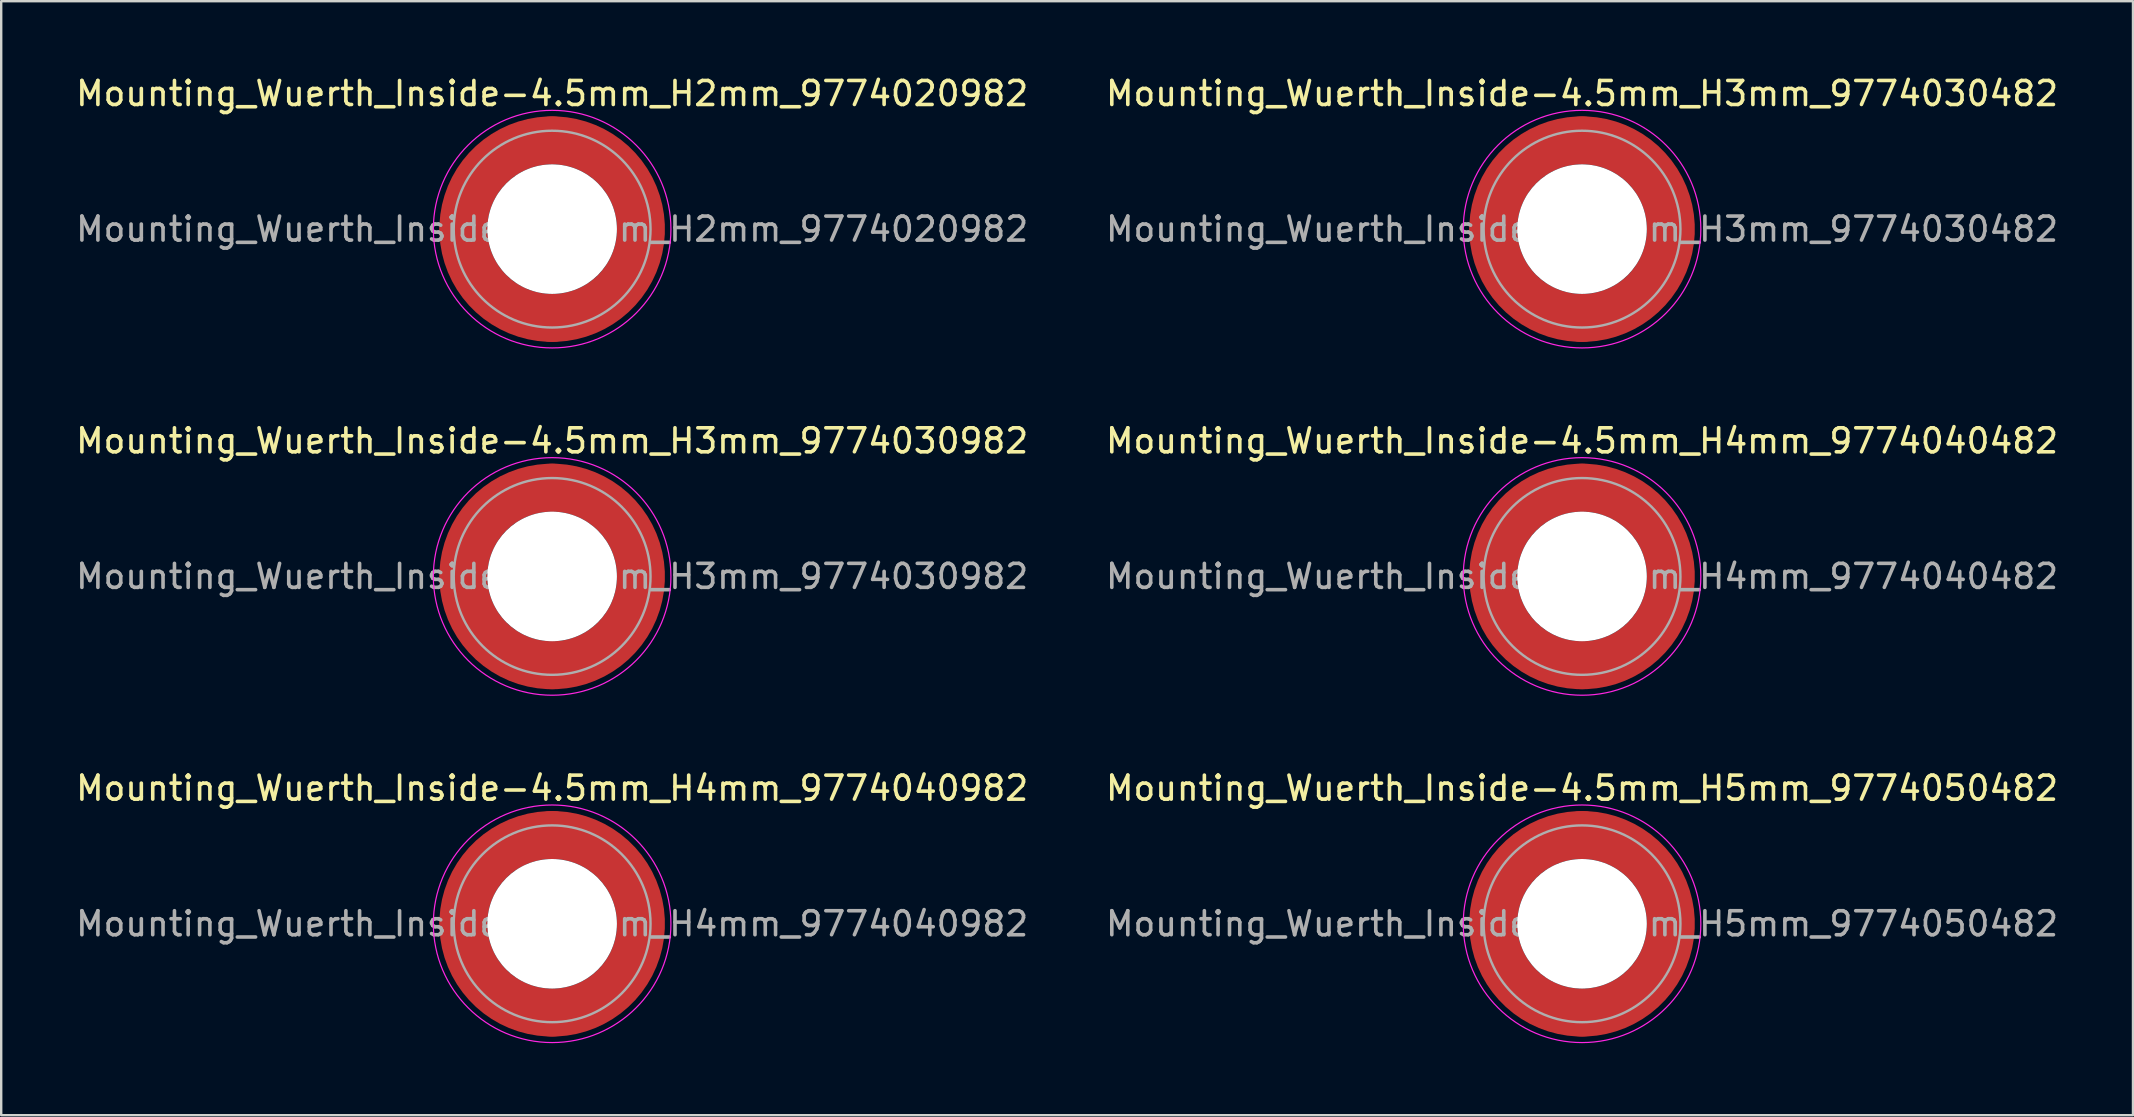
<source format=kicad_pcb>
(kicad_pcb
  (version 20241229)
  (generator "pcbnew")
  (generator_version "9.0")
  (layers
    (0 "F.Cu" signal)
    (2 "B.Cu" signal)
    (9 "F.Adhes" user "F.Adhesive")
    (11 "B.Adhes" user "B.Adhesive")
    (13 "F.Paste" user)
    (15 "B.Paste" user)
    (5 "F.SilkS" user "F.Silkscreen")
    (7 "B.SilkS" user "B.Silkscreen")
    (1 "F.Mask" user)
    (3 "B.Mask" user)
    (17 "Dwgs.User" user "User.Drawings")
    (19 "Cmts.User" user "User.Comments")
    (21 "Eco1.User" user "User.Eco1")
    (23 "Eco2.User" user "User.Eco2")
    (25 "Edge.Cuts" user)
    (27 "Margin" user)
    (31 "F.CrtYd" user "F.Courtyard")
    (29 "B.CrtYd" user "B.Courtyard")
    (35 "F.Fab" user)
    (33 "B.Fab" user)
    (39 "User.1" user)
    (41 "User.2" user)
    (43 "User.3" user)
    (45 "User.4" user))
  (footprint "Mounting_Wuerth_Inside-4.5mm_H2mm_9774020982"
    (layer "F.Cu")
    (at 19.958 6.498)
    (property "Reference" "Mounting_Wuerth_Inside-4.5mm_H2mm_9774020982" (at 0 -5.65 0) (layer "F.SilkS") (effects (font (size 1 1) (thickness 0.15))))
    (attr smd)
    (fp_circle (center 0 0) (end 4.95 0) (stroke (width 0.05) (type solid)) (fill no) (layer "F.CrtYd"))
    (fp_circle (center 0 0) (end 4.1 0) (stroke (width 0.1) (type solid)) (fill no) (layer "F.Fab"))
    (fp_text user "${REFERENCE}" (at 0 0 0) (layer "F.Fab") (effects (font (size 1 1) (thickness 0.15))))
    (pad "" smd custom (at -2.607 -2.607) (size 1.895 1.895) (layers "F.Paste") (options (anchor circle)) (primitives (gr_arc (start -0.485237 1.733706) (mid 0.334992 0.334992) (end 1.733706 -0.485237) (width 0.9475)) (gr_arc (start -0.975031 1.733706) (mid 0 0) (end 1.733706 -0.975031) (width 0.9475)) (gr_arc (start -1.461028 1.733706) (mid -0.334992 -0.334992) (end 1.733706 -1.461028) (width 0.9475)) (gr_line (start 1.734 -0.485) (end 1.734 -1.461) (width 0.948)) (gr_line (start -0.485 1.734) (end -1.461 1.734) (width 0.948))))
    (pad "" smd custom (at -2.607 2.607) (size 1.895 1.895) (layers "F.Paste") (options (anchor circle)) (primitives (gr_arc (start 1.733706 0.485237) (mid 0.334992 -0.334992) (end -0.485237 -1.733706) (width 0.9475)) (gr_arc (start 1.733706 0.975031) (mid 0 0) (end -0.975031 -1.733706) (width 0.9475)) (gr_arc (start 1.733706 1.461028) (mid -0.334992 0.334992) (end -1.461028 -1.733706) (width 0.9475)) (gr_line (start -0.485 -1.734) (end -1.461 -1.734) (width 0.948)) (gr_line (start 1.734 0.485) (end 1.734 1.461) (width 0.948))))
    (pad "" np_thru_hole circle (at 0 0) (size 5.4 5.4) (drill 5.4) (layers "*.Cu" "*.Mask"))
    (pad "" smd custom (at 2.607 -2.607) (size 1.895 1.895) (layers "F.Paste") (options (anchor circle)) (primitives (gr_arc (start -1.733706 -0.485237) (mid -0.334992 0.334992) (end 0.485237 1.733706) (width 0.9475)) (gr_arc (start -1.733706 -0.975031) (mid 0 0) (end 0.975031 1.733706) (width 0.9475)) (gr_arc (start -1.733706 -1.461028) (mid 0.334992 -0.334992) (end 1.461028 1.733706) (width 0.9475)) (gr_line (start 0.485 1.734) (end 1.461 1.734) (width 0.948)) (gr_line (start -1.734 -0.485) (end -1.734 -1.461) (width 0.948))))
    (pad "" smd custom (at 2.607 2.607) (size 1.895 1.895) (layers "F.Paste") (options (anchor circle)) (primitives (gr_arc (start 0.485237 -1.733706) (mid -0.334992 -0.334992) (end -1.733706 0.485237) (width 0.9475)) (gr_arc (start 0.975031 -1.733706) (mid 0 0) (end -1.733706 0.975031) (width 0.9475)) (gr_arc (start 1.461028 -1.733706) (mid 0.334992 0.334992) (end -1.733706 1.461028) (width 0.9475)) (gr_line (start -1.734 0.485) (end -1.734 1.461) (width 0.948)) (gr_line (start 0.485 -1.734) (end 1.461 -1.734) (width 0.948))))
    (pad "1" smd circle (at -3.7 0) (size 2 2) (layers "F.Cu"))
    (pad "1" smd circle (at 0 -3.7) (size 2 2) (layers "F.Cu"))
    (pad "1" smd circle (at 0 3.7) (size 2 2) (layers "F.Cu"))
    (pad "1" smd custom (at 3.7 0) (size 2 2) (layers "F.Cu" "F.Mask") (options (anchor circle)) (primitives (gr_circle (center -3.7 0) (end 0 0) (width 2) (fill no)))))
  (footprint "Mounting_Wuerth_Inside-4.5mm_H4mm_9774040482"
    (layer "F.Cu")
    (at 62.875 20.971)
    (property "Reference" "Mounting_Wuerth_Inside-4.5mm_H4mm_9774040482" (at 0 -5.65 0) (layer "F.SilkS") (effects (font (size 1 1) (thickness 0.15))))
    (attr smd)
    (fp_circle (center 0 0) (end 4.95 0) (stroke (width 0.05) (type solid)) (fill no) (layer "F.CrtYd"))
    (fp_circle (center 0 0) (end 4.1 0) (stroke (width 0.1) (type solid)) (fill no) (layer "F.Fab"))
    (fp_text user "${REFERENCE}" (at 0 0 0) (layer "F.Fab") (effects (font (size 1 1) (thickness 0.15))))
    (pad "" smd custom (at -2.607 -2.607) (size 1.895 1.895) (layers "F.Paste") (options (anchor circle)) (primitives (gr_arc (start -0.485237 1.733706) (mid 0.334992 0.334992) (end 1.733706 -0.485237) (width 0.9475)) (gr_arc (start -0.975031 1.733706) (mid 0 0) (end 1.733706 -0.975031) (width 0.9475)) (gr_arc (start -1.461028 1.733706) (mid -0.334992 -0.334992) (end 1.733706 -1.461028) (width 0.9475)) (gr_line (start 1.734 -0.485) (end 1.734 -1.461) (width 0.948)) (gr_line (start -0.485 1.734) (end -1.461 1.734) (width 0.948))))
    (pad "" smd custom (at -2.607 2.607) (size 1.895 1.895) (layers "F.Paste") (options (anchor circle)) (primitives (gr_arc (start 1.733706 0.485237) (mid 0.334992 -0.334992) (end -0.485237 -1.733706) (width 0.9475)) (gr_arc (start 1.733706 0.975031) (mid 0 0) (end -0.975031 -1.733706) (width 0.9475)) (gr_arc (start 1.733706 1.461028) (mid -0.334992 0.334992) (end -1.461028 -1.733706) (width 0.9475)) (gr_line (start -0.485 -1.734) (end -1.461 -1.734) (width 0.948)) (gr_line (start 1.734 0.485) (end 1.734 1.461) (width 0.948))))
    (pad "" np_thru_hole circle (at 0 0) (size 5.4 5.4) (drill 5.4) (layers "*.Cu" "*.Mask"))
    (pad "" smd custom (at 2.607 -2.607) (size 1.895 1.895) (layers "F.Paste") (options (anchor circle)) (primitives (gr_arc (start -1.733706 -0.485237) (mid -0.334992 0.334992) (end 0.485237 1.733706) (width 0.9475)) (gr_arc (start -1.733706 -0.975031) (mid 0 0) (end 0.975031 1.733706) (width 0.9475)) (gr_arc (start -1.733706 -1.461028) (mid 0.334992 -0.334992) (end 1.461028 1.733706) (width 0.9475)) (gr_line (start 0.485 1.734) (end 1.461 1.734) (width 0.948)) (gr_line (start -1.734 -0.485) (end -1.734 -1.461) (width 0.948))))
    (pad "" smd custom (at 2.607 2.607) (size 1.895 1.895) (layers "F.Paste") (options (anchor circle)) (primitives (gr_arc (start 0.485237 -1.733706) (mid -0.334992 -0.334992) (end -1.733706 0.485237) (width 0.9475)) (gr_arc (start 0.975031 -1.733706) (mid 0 0) (end -1.733706 0.975031) (width 0.9475)) (gr_arc (start 1.461028 -1.733706) (mid 0.334992 0.334992) (end -1.733706 1.461028) (width 0.9475)) (gr_line (start -1.734 0.485) (end -1.734 1.461) (width 0.948)) (gr_line (start 0.485 -1.734) (end 1.461 -1.734) (width 0.948))))
    (pad "1" smd circle (at -3.7 0) (size 2 2) (layers "F.Cu"))
    (pad "1" smd circle (at 0 -3.7) (size 2 2) (layers "F.Cu"))
    (pad "1" smd circle (at 0 3.7) (size 2 2) (layers "F.Cu"))
    (pad "1" smd custom (at 3.7 0) (size 2 2) (layers "F.Cu" "F.Mask") (options (anchor circle)) (primitives (gr_circle (center -3.7 0) (end 0 0) (width 2) (fill no)))))
  (footprint "Mounting_Wuerth_Inside-4.5mm_H3mm_9774030982"
    (layer "F.Cu")
    (at 19.958 20.971)
    (property "Reference" "Mounting_Wuerth_Inside-4.5mm_H3mm_9774030982" (at 0 -5.65 0) (layer "F.SilkS") (effects (font (size 1 1) (thickness 0.15))))
    (attr smd)
    (fp_circle (center 0 0) (end 4.95 0) (stroke (width 0.05) (type solid)) (fill no) (layer "F.CrtYd"))
    (fp_circle (center 0 0) (end 4.1 0) (stroke (width 0.1) (type solid)) (fill no) (layer "F.Fab"))
    (fp_text user "${REFERENCE}" (at 0 0 0) (layer "F.Fab") (effects (font (size 1 1) (thickness 0.15))))
    (pad "" smd custom (at -2.607 -2.607) (size 1.895 1.895) (layers "F.Paste") (options (anchor circle)) (primitives (gr_arc (start -0.485237 1.733706) (mid 0.334992 0.334992) (end 1.733706 -0.485237) (width 0.9475)) (gr_arc (start -0.975031 1.733706) (mid 0 0) (end 1.733706 -0.975031) (width 0.9475)) (gr_arc (start -1.461028 1.733706) (mid -0.334992 -0.334992) (end 1.733706 -1.461028) (width 0.9475)) (gr_line (start 1.734 -0.485) (end 1.734 -1.461) (width 0.948)) (gr_line (start -0.485 1.734) (end -1.461 1.734) (width 0.948))))
    (pad "" smd custom (at -2.607 2.607) (size 1.895 1.895) (layers "F.Paste") (options (anchor circle)) (primitives (gr_arc (start 1.733706 0.485237) (mid 0.334992 -0.334992) (end -0.485237 -1.733706) (width 0.9475)) (gr_arc (start 1.733706 0.975031) (mid 0 0) (end -0.975031 -1.733706) (width 0.9475)) (gr_arc (start 1.733706 1.461028) (mid -0.334992 0.334992) (end -1.461028 -1.733706) (width 0.9475)) (gr_line (start -0.485 -1.734) (end -1.461 -1.734) (width 0.948)) (gr_line (start 1.734 0.485) (end 1.734 1.461) (width 0.948))))
    (pad "" np_thru_hole circle (at 0 0) (size 5.4 5.4) (drill 5.4) (layers "*.Cu" "*.Mask"))
    (pad "" smd custom (at 2.607 -2.607) (size 1.895 1.895) (layers "F.Paste") (options (anchor circle)) (primitives (gr_arc (start -1.733706 -0.485237) (mid -0.334992 0.334992) (end 0.485237 1.733706) (width 0.9475)) (gr_arc (start -1.733706 -0.975031) (mid 0 0) (end 0.975031 1.733706) (width 0.9475)) (gr_arc (start -1.733706 -1.461028) (mid 0.334992 -0.334992) (end 1.461028 1.733706) (width 0.9475)) (gr_line (start 0.485 1.734) (end 1.461 1.734) (width 0.948)) (gr_line (start -1.734 -0.485) (end -1.734 -1.461) (width 0.948))))
    (pad "" smd custom (at 2.607 2.607) (size 1.895 1.895) (layers "F.Paste") (options (anchor circle)) (primitives (gr_arc (start 0.485237 -1.733706) (mid -0.334992 -0.334992) (end -1.733706 0.485237) (width 0.9475)) (gr_arc (start 0.975031 -1.733706) (mid 0 0) (end -1.733706 0.975031) (width 0.9475)) (gr_arc (start 1.461028 -1.733706) (mid 0.334992 0.334992) (end -1.733706 1.461028) (width 0.9475)) (gr_line (start -1.734 0.485) (end -1.734 1.461) (width 0.948)) (gr_line (start 0.485 -1.734) (end 1.461 -1.734) (width 0.948))))
    (pad "1" smd circle (at -3.7 0) (size 2 2) (layers "F.Cu"))
    (pad "1" smd circle (at 0 -3.7) (size 2 2) (layers "F.Cu"))
    (pad "1" smd circle (at 0 3.7) (size 2 2) (layers "F.Cu"))
    (pad "1" smd custom (at 3.7 0) (size 2 2) (layers "F.Cu" "F.Mask") (options (anchor circle)) (primitives (gr_circle (center -3.7 0) (end 0 0) (width 2) (fill no)))))
  (footprint "Mounting_Wuerth_Inside-4.5mm_H3mm_9774030482"
    (layer "F.Cu")
    (at 62.875 6.498)
    (property "Reference" "Mounting_Wuerth_Inside-4.5mm_H3mm_9774030482" (at 0 -5.65 0) (layer "F.SilkS") (effects (font (size 1 1) (thickness 0.15))))
    (attr smd)
    (fp_circle (center 0 0) (end 4.95 0) (stroke (width 0.05) (type solid)) (fill no) (layer "F.CrtYd"))
    (fp_circle (center 0 0) (end 4.1 0) (stroke (width 0.1) (type solid)) (fill no) (layer "F.Fab"))
    (fp_text user "${REFERENCE}" (at 0 0 0) (layer "F.Fab") (effects (font (size 1 1) (thickness 0.15))))
    (pad "" smd custom (at -2.607 -2.607) (size 1.895 1.895) (layers "F.Paste") (options (anchor circle)) (primitives (gr_arc (start -0.485237 1.733706) (mid 0.334992 0.334992) (end 1.733706 -0.485237) (width 0.9475)) (gr_arc (start -0.975031 1.733706) (mid 0 0) (end 1.733706 -0.975031) (width 0.9475)) (gr_arc (start -1.461028 1.733706) (mid -0.334992 -0.334992) (end 1.733706 -1.461028) (width 0.9475)) (gr_line (start 1.734 -0.485) (end 1.734 -1.461) (width 0.948)) (gr_line (start -0.485 1.734) (end -1.461 1.734) (width 0.948))))
    (pad "" smd custom (at -2.607 2.607) (size 1.895 1.895) (layers "F.Paste") (options (anchor circle)) (primitives (gr_arc (start 1.733706 0.485237) (mid 0.334992 -0.334992) (end -0.485237 -1.733706) (width 0.9475)) (gr_arc (start 1.733706 0.975031) (mid 0 0) (end -0.975031 -1.733706) (width 0.9475)) (gr_arc (start 1.733706 1.461028) (mid -0.334992 0.334992) (end -1.461028 -1.733706) (width 0.9475)) (gr_line (start -0.485 -1.734) (end -1.461 -1.734) (width 0.948)) (gr_line (start 1.734 0.485) (end 1.734 1.461) (width 0.948))))
    (pad "" np_thru_hole circle (at 0 0) (size 5.4 5.4) (drill 5.4) (layers "*.Cu" "*.Mask"))
    (pad "" smd custom (at 2.607 -2.607) (size 1.895 1.895) (layers "F.Paste") (options (anchor circle)) (primitives (gr_arc (start -1.733706 -0.485237) (mid -0.334992 0.334992) (end 0.485237 1.733706) (width 0.9475)) (gr_arc (start -1.733706 -0.975031) (mid 0 0) (end 0.975031 1.733706) (width 0.9475)) (gr_arc (start -1.733706 -1.461028) (mid 0.334992 -0.334992) (end 1.461028 1.733706) (width 0.9475)) (gr_line (start 0.485 1.734) (end 1.461 1.734) (width 0.948)) (gr_line (start -1.734 -0.485) (end -1.734 -1.461) (width 0.948))))
    (pad "" smd custom (at 2.607 2.607) (size 1.895 1.895) (layers "F.Paste") (options (anchor circle)) (primitives (gr_arc (start 0.485237 -1.733706) (mid -0.334992 -0.334992) (end -1.733706 0.485237) (width 0.9475)) (gr_arc (start 0.975031 -1.733706) (mid 0 0) (end -1.733706 0.975031) (width 0.9475)) (gr_arc (start 1.461028 -1.733706) (mid 0.334992 0.334992) (end -1.733706 1.461028) (width 0.9475)) (gr_line (start -1.734 0.485) (end -1.734 1.461) (width 0.948)) (gr_line (start 0.485 -1.734) (end 1.461 -1.734) (width 0.948))))
    (pad "1" smd circle (at -3.7 0) (size 2 2) (layers "F.Cu"))
    (pad "1" smd circle (at 0 -3.7) (size 2 2) (layers "F.Cu"))
    (pad "1" smd circle (at 0 3.7) (size 2 2) (layers "F.Cu"))
    (pad "1" smd custom (at 3.7 0) (size 2 2) (layers "F.Cu" "F.Mask") (options (anchor circle)) (primitives (gr_circle (center -3.7 0) (end 0 0) (width 2) (fill no)))))
  (footprint "Mounting_Wuerth_Inside-4.5mm_H5mm_9774050482"
    (layer "F.Cu")
    (at 62.875 35.445)
    (property "Reference" "Mounting_Wuerth_Inside-4.5mm_H5mm_9774050482" (at 0 -5.65 0) (layer "F.SilkS") (effects (font (size 1 1) (thickness 0.15))))
    (attr smd)
    (fp_circle (center 0 0) (end 4.95 0) (stroke (width 0.05) (type solid)) (fill no) (layer "F.CrtYd"))
    (fp_circle (center 0 0) (end 4.1 0) (stroke (width 0.1) (type solid)) (fill no) (layer "F.Fab"))
    (fp_text user "${REFERENCE}" (at 0 0 0) (layer "F.Fab") (effects (font (size 1 1) (thickness 0.15))))
    (pad "" smd custom (at -2.607 -2.607) (size 1.895 1.895) (layers "F.Paste") (options (anchor circle)) (primitives (gr_arc (start -0.485237 1.733706) (mid 0.334992 0.334992) (end 1.733706 -0.485237) (width 0.9475)) (gr_arc (start -0.975031 1.733706) (mid 0 0) (end 1.733706 -0.975031) (width 0.9475)) (gr_arc (start -1.461028 1.733706) (mid -0.334992 -0.334992) (end 1.733706 -1.461028) (width 0.9475)) (gr_line (start 1.734 -0.485) (end 1.734 -1.461) (width 0.948)) (gr_line (start -0.485 1.734) (end -1.461 1.734) (width 0.948))))
    (pad "" smd custom (at -2.607 2.607) (size 1.895 1.895) (layers "F.Paste") (options (anchor circle)) (primitives (gr_arc (start 1.733706 0.485237) (mid 0.334992 -0.334992) (end -0.485237 -1.733706) (width 0.9475)) (gr_arc (start 1.733706 0.975031) (mid 0 0) (end -0.975031 -1.733706) (width 0.9475)) (gr_arc (start 1.733706 1.461028) (mid -0.334992 0.334992) (end -1.461028 -1.733706) (width 0.9475)) (gr_line (start -0.485 -1.734) (end -1.461 -1.734) (width 0.948)) (gr_line (start 1.734 0.485) (end 1.734 1.461) (width 0.948))))
    (pad "" np_thru_hole circle (at 0 0) (size 5.4 5.4) (drill 5.4) (layers "*.Cu" "*.Mask"))
    (pad "" smd custom (at 2.607 -2.607) (size 1.895 1.895) (layers "F.Paste") (options (anchor circle)) (primitives (gr_arc (start -1.733706 -0.485237) (mid -0.334992 0.334992) (end 0.485237 1.733706) (width 0.9475)) (gr_arc (start -1.733706 -0.975031) (mid 0 0) (end 0.975031 1.733706) (width 0.9475)) (gr_arc (start -1.733706 -1.461028) (mid 0.334992 -0.334992) (end 1.461028 1.733706) (width 0.9475)) (gr_line (start 0.485 1.734) (end 1.461 1.734) (width 0.948)) (gr_line (start -1.734 -0.485) (end -1.734 -1.461) (width 0.948))))
    (pad "" smd custom (at 2.607 2.607) (size 1.895 1.895) (layers "F.Paste") (options (anchor circle)) (primitives (gr_arc (start 0.485237 -1.733706) (mid -0.334992 -0.334992) (end -1.733706 0.485237) (width 0.9475)) (gr_arc (start 0.975031 -1.733706) (mid 0 0) (end -1.733706 0.975031) (width 0.9475)) (gr_arc (start 1.461028 -1.733706) (mid 0.334992 0.334992) (end -1.733706 1.461028) (width 0.9475)) (gr_line (start -1.734 0.485) (end -1.734 1.461) (width 0.948)) (gr_line (start 0.485 -1.734) (end 1.461 -1.734) (width 0.948))))
    (pad "1" smd circle (at -3.7 0) (size 2 2) (layers "F.Cu"))
    (pad "1" smd circle (at 0 -3.7) (size 2 2) (layers "F.Cu"))
    (pad "1" smd circle (at 0 3.7) (size 2 2) (layers "F.Cu"))
    (pad "1" smd custom (at 3.7 0) (size 2 2) (layers "F.Cu" "F.Mask") (options (anchor circle)) (primitives (gr_circle (center -3.7 0) (end 0 0) (width 2) (fill no)))))
  (footprint "Mounting_Wuerth_Inside-4.5mm_H4mm_9774040982"
    (layer "F.Cu")
    (at 19.958 35.445)
    (property "Reference" "Mounting_Wuerth_Inside-4.5mm_H4mm_9774040982" (at 0 -5.65 0) (layer "F.SilkS") (effects (font (size 1 1) (thickness 0.15))))
    (attr smd)
    (fp_circle (center 0 0) (end 4.95 0) (stroke (width 0.05) (type solid)) (fill no) (layer "F.CrtYd"))
    (fp_circle (center 0 0) (end 4.1 0) (stroke (width 0.1) (type solid)) (fill no) (layer "F.Fab"))
    (fp_text user "${REFERENCE}" (at 0 0 0) (layer "F.Fab") (effects (font (size 1 1) (thickness 0.15))))
    (pad "" smd custom (at -2.607 -2.607) (size 1.895 1.895) (layers "F.Paste") (options (anchor circle)) (primitives (gr_arc (start -0.485237 1.733706) (mid 0.334992 0.334992) (end 1.733706 -0.485237) (width 0.9475)) (gr_arc (start -0.975031 1.733706) (mid 0 0) (end 1.733706 -0.975031) (width 0.9475)) (gr_arc (start -1.461028 1.733706) (mid -0.334992 -0.334992) (end 1.733706 -1.461028) (width 0.9475)) (gr_line (start 1.734 -0.485) (end 1.734 -1.461) (width 0.948)) (gr_line (start -0.485 1.734) (end -1.461 1.734) (width 0.948))))
    (pad "" smd custom (at -2.607 2.607) (size 1.895 1.895) (layers "F.Paste") (options (anchor circle)) (primitives (gr_arc (start 1.733706 0.485237) (mid 0.334992 -0.334992) (end -0.485237 -1.733706) (width 0.9475)) (gr_arc (start 1.733706 0.975031) (mid 0 0) (end -0.975031 -1.733706) (width 0.9475)) (gr_arc (start 1.733706 1.461028) (mid -0.334992 0.334992) (end -1.461028 -1.733706) (width 0.9475)) (gr_line (start -0.485 -1.734) (end -1.461 -1.734) (width 0.948)) (gr_line (start 1.734 0.485) (end 1.734 1.461) (width 0.948))))
    (pad "" np_thru_hole circle (at 0 0) (size 5.4 5.4) (drill 5.4) (layers "*.Cu" "*.Mask"))
    (pad "" smd custom (at 2.607 -2.607) (size 1.895 1.895) (layers "F.Paste") (options (anchor circle)) (primitives (gr_arc (start -1.733706 -0.485237) (mid -0.334992 0.334992) (end 0.485237 1.733706) (width 0.9475)) (gr_arc (start -1.733706 -0.975031) (mid 0 0) (end 0.975031 1.733706) (width 0.9475)) (gr_arc (start -1.733706 -1.461028) (mid 0.334992 -0.334992) (end 1.461028 1.733706) (width 0.9475)) (gr_line (start 0.485 1.734) (end 1.461 1.734) (width 0.948)) (gr_line (start -1.734 -0.485) (end -1.734 -1.461) (width 0.948))))
    (pad "" smd custom (at 2.607 2.607) (size 1.895 1.895) (layers "F.Paste") (options (anchor circle)) (primitives (gr_arc (start 0.485237 -1.733706) (mid -0.334992 -0.334992) (end -1.733706 0.485237) (width 0.9475)) (gr_arc (start 0.975031 -1.733706) (mid 0 0) (end -1.733706 0.975031) (width 0.9475)) (gr_arc (start 1.461028 -1.733706) (mid 0.334992 0.334992) (end -1.733706 1.461028) (width 0.9475)) (gr_line (start -1.734 0.485) (end -1.734 1.461) (width 0.948)) (gr_line (start 0.485 -1.734) (end 1.461 -1.734) (width 0.948))))
    (pad "1" smd circle (at -3.7 0) (size 2 2) (layers "F.Cu"))
    (pad "1" smd circle (at 0 -3.7) (size 2 2) (layers "F.Cu"))
    (pad "1" smd circle (at 0 3.7) (size 2 2) (layers "F.Cu"))
    (pad "1" smd custom (at 3.7 0) (size 2 2) (layers "F.Cu" "F.Mask") (options (anchor circle)) (primitives (gr_circle (center -3.7 0) (end 0 0) (width 2) (fill no)))))
  (gr_rect
    (start -3 -3)
    (end 85.833 43.42)
    (stroke (width 0.1) (type default))
    (fill no)
    (layer "Edge.Cuts")))
</source>
